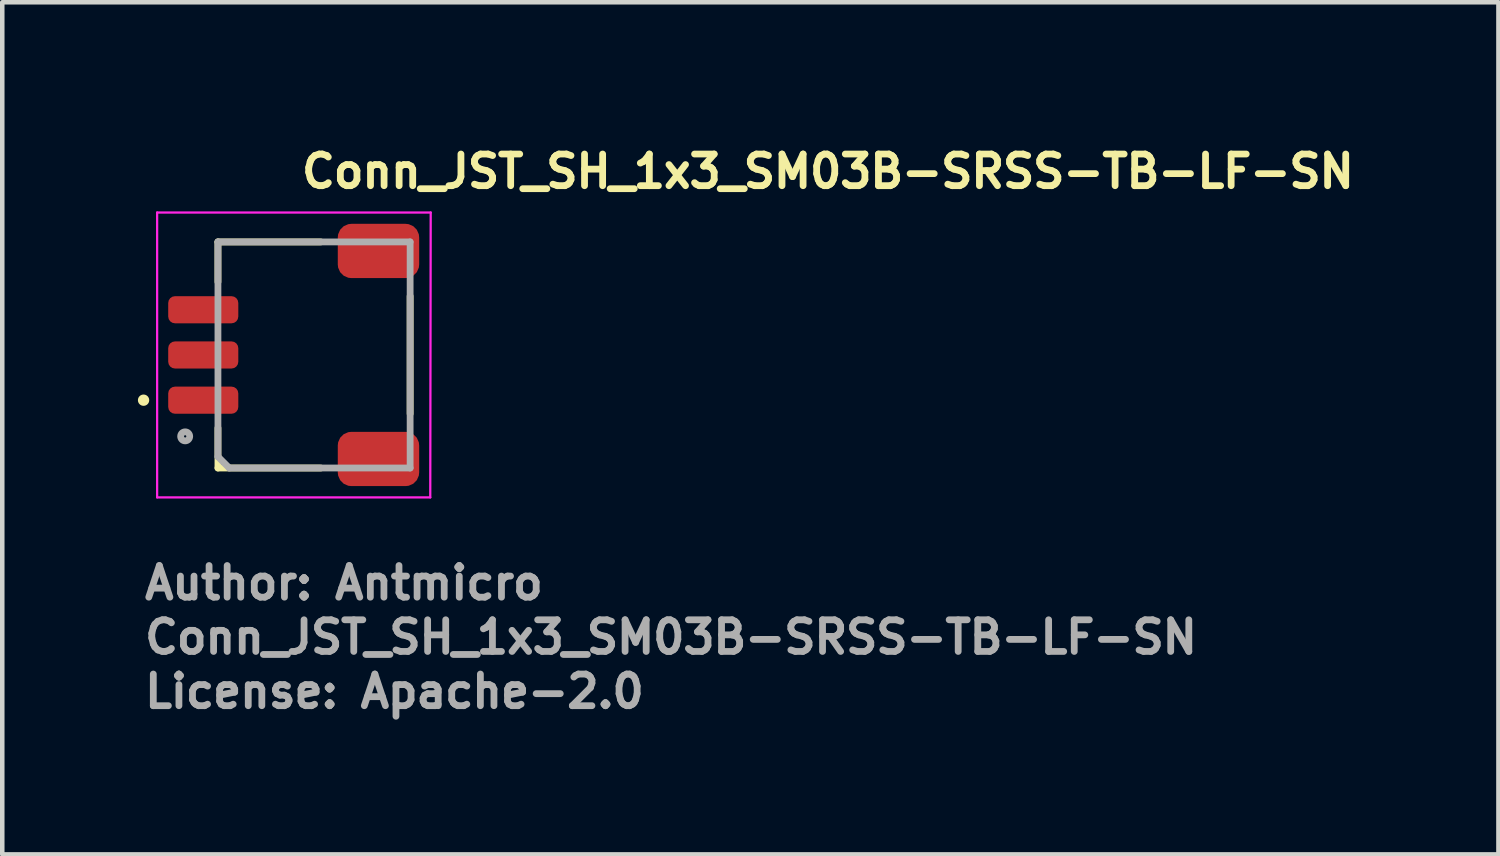
<source format=kicad_pcb>
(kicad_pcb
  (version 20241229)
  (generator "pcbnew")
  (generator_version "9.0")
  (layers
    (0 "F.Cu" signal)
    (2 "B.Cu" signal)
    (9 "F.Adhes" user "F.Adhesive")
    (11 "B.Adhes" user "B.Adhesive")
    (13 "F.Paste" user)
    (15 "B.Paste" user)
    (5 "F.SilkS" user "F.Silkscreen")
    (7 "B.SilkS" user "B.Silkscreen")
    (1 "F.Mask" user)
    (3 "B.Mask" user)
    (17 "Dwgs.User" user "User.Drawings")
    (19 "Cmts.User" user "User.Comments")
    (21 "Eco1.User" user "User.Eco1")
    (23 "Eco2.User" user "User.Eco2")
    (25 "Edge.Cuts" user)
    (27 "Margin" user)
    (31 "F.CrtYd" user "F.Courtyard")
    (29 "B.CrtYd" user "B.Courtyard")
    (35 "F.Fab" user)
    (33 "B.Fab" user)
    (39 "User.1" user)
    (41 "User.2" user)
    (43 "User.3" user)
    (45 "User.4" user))
  (footprint "Conn_JST_SH_1x3_SM03B-SRSS-TB-LF-SN"
    (layer "F.Cu")
    (at 3.545 4.82)
    (property "Reference" "Conn_JST_SH_1x3_SM03B-SRSS-TB-LF-SN" (at 0 -3.67 0) (layer "F.SilkS") (effects (font (size 0.7 0.7) (thickness 0.15)) (justify left bottom)))
    (attr smd)
    (fp_line (start -1.775 -2.52) (end -1.775 -1.635) (stroke (width 0.15) (type solid)) (layer "F.SilkS"))
    (fp_line (start -1.775 1.595) (end -1.775 2.48) (stroke (width 0.15) (type solid)) (layer "F.SilkS"))
    (fp_line (start -1.775 2.48) (end 0.5 2.48) (stroke (width 0.15) (type solid)) (layer "F.SilkS"))
    (fp_line (start 0.5 -2.52) (end -1.775 -2.52) (stroke (width 0.15) (type solid)) (layer "F.SilkS"))
    (fp_line (start 2.475 1.28) (end 2.475 -1.32) (stroke (width 0.15) (type solid)) (layer "F.SilkS"))
    (fp_circle (center -3.42 0.98) (end -3.37 0.98) (stroke (width 0.15) (type solid)) (fill yes) (layer "F.SilkS"))
    (fp_line (start -3.12 -3.17) (end 2.93 -3.17) (stroke (width 0.05) (type solid)) (layer "F.CrtYd"))
    (fp_line (start -3.12 3.13) (end -3.12 -3.17) (stroke (width 0.05) (type solid)) (layer "F.CrtYd"))
    (fp_line (start 2.92 3.13) (end -3.12 3.13) (stroke (width 0.05) (type solid)) (layer "F.CrtYd"))
    (fp_line (start 2.93 -3.17) (end 2.92 3.13) (stroke (width 0.05) (type solid)) (layer "F.CrtYd"))
    (fp_line (start -1.775 -2.52) (end 2.475 -2.52) (stroke (width 0.15) (type solid)) (layer "F.Fab"))
    (fp_line (start -1.775 2.23) (end -1.775 -2.52) (stroke (width 0.15) (type solid)) (layer "F.Fab"))
    (fp_line (start -1.525 2.48) (end -1.775 2.23) (stroke (width 0.15) (type solid)) (layer "F.Fab"))
    (fp_line (start 2.475 -2.52) (end 2.475 2.48) (stroke (width 0.15) (type solid)) (layer "F.Fab"))
    (fp_line (start 2.475 2.48) (end -1.525 2.48) (stroke (width 0.15) (type solid)) (layer "F.Fab"))
    (fp_circle (center -2.5 1.78) (end -2.5 1.68) (stroke (width 0.15) (type solid)) (fill no) (layer "F.Fab"))
    (fp_rect (start -2.475 -2.52) (end 2.475 2.52) (stroke (width 0.1) (type solid)) (fill no) (layer "User.5"))
    (fp_line (start -2.475 -1.12) (end -2.475 -0.92) (stroke (width 0.02) (type solid)) (layer "User.9"))
    (fp_line (start -2.475 -1.12) (end -2.474 -1.12) (stroke (width 0.02) (type solid)) (layer "User.9"))
    (fp_line (start -2.475 -0.92) (end -2.474 -0.92) (stroke (width 0.02) (type solid)) (layer "User.9"))
    (fp_line (start -2.475 -0.12) (end -2.475 0.08) (stroke (width 0.02) (type solid)) (layer "User.9"))
    (fp_line (start -2.475 -0.12) (end -2.474 -0.12) (stroke (width 0.02) (type solid)) (layer "User.9"))
    (fp_line (start -2.475 0.08) (end -2.474 0.08) (stroke (width 0.02) (type solid)) (layer "User.9"))
    (fp_line (start -2.475 0.88) (end -2.475 1.08) (stroke (width 0.02) (type solid)) (layer "User.9"))
    (fp_line (start -2.475 0.88) (end -2.474 0.88) (stroke (width 0.02) (type solid)) (layer "User.9"))
    (fp_line (start -2.475 1.08) (end -2.474 1.08) (stroke (width 0.02) (type solid)) (layer "User.9"))
    (fp_line (start -2.474 -1.12) (end -2.472 -1.12) (stroke (width 0.02) (type solid)) (layer "User.9"))
    (fp_line (start -2.474 -0.92) (end -2.472 -0.92) (stroke (width 0.02) (type solid)) (layer "User.9"))
    (fp_line (start -2.474 -0.12) (end -2.472 -0.12) (stroke (width 0.02) (type solid)) (layer "User.9"))
    (fp_line (start -2.474 0.08) (end -2.472 0.08) (stroke (width 0.02) (type solid)) (layer "User.9"))
    (fp_line (start -2.474 0.88) (end -2.472 0.88) (stroke (width 0.02) (type solid)) (layer "User.9"))
    (fp_line (start -2.474 1.08) (end -2.472 1.08) (stroke (width 0.02) (type solid)) (layer "User.9"))
    (fp_line (start -2.472 -1.12) (end -2.469 -1.12) (stroke (width 0.02) (type solid)) (layer "User.9"))
    (fp_line (start -2.472 -0.92) (end -2.469 -0.92) (stroke (width 0.02) (type solid)) (layer "User.9"))
    (fp_line (start -2.472 -0.12) (end -2.469 -0.12) (stroke (width 0.02) (type solid)) (layer "User.9"))
    (fp_line (start -2.472 0.08) (end -2.469 0.08) (stroke (width 0.02) (type solid)) (layer "User.9"))
    (fp_line (start -2.472 0.88) (end -2.469 0.88) (stroke (width 0.02) (type solid)) (layer "User.9"))
    (fp_line (start -2.472 1.08) (end -2.469 1.08) (stroke (width 0.02) (type solid)) (layer "User.9"))
    (fp_line (start -2.469 -1.12) (end -2.465 -1.12) (stroke (width 0.02) (type solid)) (layer "User.9"))
    (fp_line (start -2.469 -0.92) (end -2.465 -0.92) (stroke (width 0.02) (type solid)) (layer "User.9"))
    (fp_line (start -2.469 -0.12) (end -2.465 -0.12) (stroke (width 0.02) (type solid)) (layer "User.9"))
    (fp_line (start -2.469 0.08) (end -2.465 0.08) (stroke (width 0.02) (type solid)) (layer "User.9"))
    (fp_line (start -2.469 0.88) (end -2.465 0.88) (stroke (width 0.02) (type solid)) (layer "User.9"))
    (fp_line (start -2.469 1.08) (end -2.465 1.08) (stroke (width 0.02) (type solid)) (layer "User.9"))
    (fp_line (start -2.465 -1.12) (end -2.46 -1.12) (stroke (width 0.02) (type solid)) (layer "User.9"))
    (fp_line (start -2.465 -0.92) (end -2.46 -0.92) (stroke (width 0.02) (type solid)) (layer "User.9"))
    (fp_line (start -2.465 -0.12) (end -2.46 -0.12) (stroke (width 0.02) (type solid)) (layer "User.9"))
    (fp_line (start -2.465 0.08) (end -2.46 0.08) (stroke (width 0.02) (type solid)) (layer "User.9"))
    (fp_line (start -2.465 0.88) (end -2.46 0.88) (stroke (width 0.02) (type solid)) (layer "User.9"))
    (fp_line (start -2.465 1.08) (end -2.46 1.08) (stroke (width 0.02) (type solid)) (layer "User.9"))
    (fp_line (start -2.46 -1.12) (end -2.453 -1.12) (stroke (width 0.02) (type solid)) (layer "User.9"))
    (fp_line (start -2.46 -0.92) (end -2.453 -0.92) (stroke (width 0.02) (type solid)) (layer "User.9"))
    (fp_line (start -2.46 -0.12) (end -2.453 -0.12) (stroke (width 0.02) (type solid)) (layer "User.9"))
    (fp_line (start -2.46 0.08) (end -2.453 0.08) (stroke (width 0.02) (type solid)) (layer "User.9"))
    (fp_line (start -2.46 0.88) (end -2.453 0.88) (stroke (width 0.02) (type solid)) (layer "User.9"))
    (fp_line (start -2.46 1.08) (end -2.453 1.08) (stroke (width 0.02) (type solid)) (layer "User.9"))
    (fp_line (start -2.453 -1.12) (end -2.446 -1.12) (stroke (width 0.02) (type solid)) (layer "User.9"))
    (fp_line (start -2.453 -0.92) (end -2.446 -0.92) (stroke (width 0.02) (type solid)) (layer "User.9"))
    (fp_line (start -2.453 -0.12) (end -2.446 -0.12) (stroke (width 0.02) (type solid)) (layer "User.9"))
    (fp_line (start -2.453 0.08) (end -2.446 0.08) (stroke (width 0.02) (type solid)) (layer "User.9"))
    (fp_line (start -2.453 0.88) (end -2.446 0.88) (stroke (width 0.02) (type solid)) (layer "User.9"))
    (fp_line (start -2.453 1.08) (end -2.446 1.08) (stroke (width 0.02) (type solid)) (layer "User.9"))
    (fp_line (start -2.446 -1.12) (end -2.437 -1.12) (stroke (width 0.02) (type solid)) (layer "User.9"))
    (fp_line (start -2.446 -0.92) (end -2.437 -0.92) (stroke (width 0.02) (type solid)) (layer "User.9"))
    (fp_line (start -2.446 -0.12) (end -2.437 -0.12) (stroke (width 0.02) (type solid)) (layer "User.9"))
    (fp_line (start -2.446 0.08) (end -2.437 0.08) (stroke (width 0.02) (type solid)) (layer "User.9"))
    (fp_line (start -2.446 0.88) (end -2.437 0.88) (stroke (width 0.02) (type solid)) (layer "User.9"))
    (fp_line (start -2.446 1.08) (end -2.437 1.08) (stroke (width 0.02) (type solid)) (layer "User.9"))
    (fp_line (start -2.437 -1.12) (end -2.428 -1.12) (stroke (width 0.02) (type solid)) (layer "User.9"))
    (fp_line (start -2.437 -0.92) (end -2.428 -0.92) (stroke (width 0.02) (type solid)) (layer "User.9"))
    (fp_line (start -2.437 -0.12) (end -2.428 -0.12) (stroke (width 0.02) (type solid)) (layer "User.9"))
    (fp_line (start -2.437 0.08) (end -2.428 0.08) (stroke (width 0.02) (type solid)) (layer "User.9"))
    (fp_line (start -2.437 0.88) (end -2.428 0.88) (stroke (width 0.02) (type solid)) (layer "User.9"))
    (fp_line (start -2.437 1.08) (end -2.428 1.08) (stroke (width 0.02) (type solid)) (layer "User.9"))
    (fp_line (start -2.428 -1.12) (end -2.418 -1.12) (stroke (width 0.02) (type solid)) (layer "User.9"))
    (fp_line (start -2.428 -0.92) (end -2.418 -0.92) (stroke (width 0.02) (type solid)) (layer "User.9"))
    (fp_line (start -2.428 -0.12) (end -2.418 -0.12) (stroke (width 0.02) (type solid)) (layer "User.9"))
    (fp_line (start -2.428 0.08) (end -2.418 0.08) (stroke (width 0.02) (type solid)) (layer "User.9"))
    (fp_line (start -2.428 0.88) (end -2.418 0.88) (stroke (width 0.02) (type solid)) (layer "User.9"))
    (fp_line (start -2.428 1.08) (end -2.418 1.08) (stroke (width 0.02) (type solid)) (layer "User.9"))
    (fp_line (start -2.418 -1.12) (end -2.408 -1.12) (stroke (width 0.02) (type solid)) (layer "User.9"))
    (fp_line (start -2.418 -0.92) (end -2.408 -0.92) (stroke (width 0.02) (type solid)) (layer "User.9"))
    (fp_line (start -2.418 -0.12) (end -2.408 -0.12) (stroke (width 0.02) (type solid)) (layer "User.9"))
    (fp_line (start -2.418 0.08) (end -2.408 0.08) (stroke (width 0.02) (type solid)) (layer "User.9"))
    (fp_line (start -2.418 0.88) (end -2.408 0.88) (stroke (width 0.02) (type solid)) (layer "User.9"))
    (fp_line (start -2.418 1.08) (end -2.408 1.08) (stroke (width 0.02) (type solid)) (layer "User.9"))
    (fp_line (start -2.408 -1.12) (end -2.397 -1.12) (stroke (width 0.02) (type solid)) (layer "User.9"))
    (fp_line (start -2.408 -0.92) (end -2.397 -0.92) (stroke (width 0.02) (type solid)) (layer "User.9"))
    (fp_line (start -2.408 -0.12) (end -2.397 -0.12) (stroke (width 0.02) (type solid)) (layer "User.9"))
    (fp_line (start -2.408 0.08) (end -2.397 0.08) (stroke (width 0.02) (type solid)) (layer "User.9"))
    (fp_line (start -2.408 0.88) (end -2.397 0.88) (stroke (width 0.02) (type solid)) (layer "User.9"))
    (fp_line (start -2.408 1.08) (end -2.397 1.08) (stroke (width 0.02) (type solid)) (layer "User.9"))
    (fp_line (start -2.397 -1.12) (end -2.386 -1.12) (stroke (width 0.02) (type solid)) (layer "User.9"))
    (fp_line (start -2.397 -0.92) (end -2.386 -0.92) (stroke (width 0.02) (type solid)) (layer "User.9"))
    (fp_line (start -2.397 -0.12) (end -2.386 -0.12) (stroke (width 0.02) (type solid)) (layer "User.9"))
    (fp_line (start -2.397 0.08) (end -2.386 0.08) (stroke (width 0.02) (type solid)) (layer "User.9"))
    (fp_line (start -2.397 0.88) (end -2.386 0.88) (stroke (width 0.02) (type solid)) (layer "User.9"))
    (fp_line (start -2.397 1.08) (end -2.386 1.08) (stroke (width 0.02) (type solid)) (layer "User.9"))
    (fp_line (start -2.386 -1.12) (end -2.375 -1.12) (stroke (width 0.02) (type solid)) (layer "User.9"))
    (fp_line (start -2.386 -0.92) (end -2.375 -0.92) (stroke (width 0.02) (type solid)) (layer "User.9"))
    (fp_line (start -2.386 -0.12) (end -2.375 -0.12) (stroke (width 0.02) (type solid)) (layer "User.9"))
    (fp_line (start -2.386 0.08) (end -2.375 0.08) (stroke (width 0.02) (type solid)) (layer "User.9"))
    (fp_line (start -2.386 0.88) (end -2.375 0.88) (stroke (width 0.02) (type solid)) (layer "User.9"))
    (fp_line (start -2.386 1.08) (end -2.375 1.08) (stroke (width 0.02) (type solid)) (layer "User.9"))
    (fp_line (start -2.375 -1.12) (end -2.375 -0.92) (stroke (width 0.02) (type solid)) (layer "User.9"))
    (fp_line (start -2.375 -1.12) (end -1.996 -1.12) (stroke (width 0.02) (type solid)) (layer "User.9"))
    (fp_line (start -2.375 -0.92) (end -1.996 -0.92) (stroke (width 0.02) (type solid)) (layer "User.9"))
    (fp_line (start -2.375 -0.12) (end -2.375 0.08) (stroke (width 0.02) (type solid)) (layer "User.9"))
    (fp_line (start -2.375 -0.12) (end -1.996 -0.12) (stroke (width 0.02) (type solid)) (layer "User.9"))
    (fp_line (start -2.375 0.08) (end -1.996 0.08) (stroke (width 0.02) (type solid)) (layer "User.9"))
    (fp_line (start -2.375 0.88) (end -2.375 1.08) (stroke (width 0.02) (type solid)) (layer "User.9"))
    (fp_line (start -2.375 0.88) (end -1.996 0.88) (stroke (width 0.02) (type solid)) (layer "User.9"))
    (fp_line (start -2.375 1.08) (end -1.996 1.08) (stroke (width 0.02) (type solid)) (layer "User.9"))
    (fp_line (start -1.996 -1.12) (end -1.996 -0.92) (stroke (width 0.02) (type solid)) (layer "User.9"))
    (fp_line (start -1.996 -1.12) (end -1.604 -1.12) (stroke (width 0.02) (type solid)) (layer "User.9"))
    (fp_line (start -1.996 -0.92) (end -1.604 -0.92) (stroke (width 0.02) (type solid)) (layer "User.9"))
    (fp_line (start -1.996 -0.12) (end -1.996 0.08) (stroke (width 0.02) (type solid)) (layer "User.9"))
    (fp_line (start -1.996 -0.12) (end -1.604 -0.12) (stroke (width 0.02) (type solid)) (layer "User.9"))
    (fp_line (start -1.996 0.08) (end -1.604 0.08) (stroke (width 0.02) (type solid)) (layer "User.9"))
    (fp_line (start -1.996 0.88) (end -1.996 1.08) (stroke (width 0.02) (type solid)) (layer "User.9"))
    (fp_line (start -1.996 0.88) (end -1.604 0.88) (stroke (width 0.02) (type solid)) (layer "User.9"))
    (fp_line (start -1.996 1.08) (end -1.604 1.08) (stroke (width 0.02) (type solid)) (layer "User.9"))
    (fp_line (start -1.775 -2.52) (end -1.775 -2.02) (stroke (width 0.02) (type solid)) (layer "User.9"))
    (fp_line (start -1.775 -1.32) (end -1.775 -2.02) (stroke (width 0.02) (type solid)) (layer "User.9"))
    (fp_line (start -1.775 -1.32) (end -1.575 -1.12) (stroke (width 0.02) (type solid)) (layer "User.9"))
    (fp_line (start -1.775 -0.32) (end -1.775 -0.72) (stroke (width 0.02) (type solid)) (layer "User.9"))
    (fp_line (start -1.775 -0.32) (end -1.575 -0.12) (stroke (width 0.02) (type solid)) (layer "User.9"))
    (fp_line (start -1.775 0.68) (end -1.775 0.28) (stroke (width 0.02) (type solid)) (layer "User.9"))
    (fp_line (start -1.775 0.68) (end -1.575 0.88) (stroke (width 0.02) (type solid)) (layer "User.9"))
    (fp_line (start -1.775 1.68) (end -1.775 1.28) (stroke (width 0.02) (type solid)) (layer "User.9"))
    (fp_line (start -1.775 2.02) (end -1.775 1.32) (stroke (width 0.02) (type solid)) (layer "User.9"))
    (fp_line (start -1.775 2.02) (end -1.775 2.52) (stroke (width 0.02) (type solid)) (layer "User.9"))
    (fp_line (start -1.775 2.52) (end -1.225 2.52) (stroke (width 0.02) (type solid)) (layer "User.9"))
    (fp_line (start -1.604 -1.12) (end -1.604 -0.92) (stroke (width 0.02) (type solid)) (layer "User.9"))
    (fp_line (start -1.604 -1.12) (end -1.6 -1.12) (stroke (width 0.02) (type solid)) (layer "User.9"))
    (fp_line (start -1.604 -0.92) (end -1.6 -0.92) (stroke (width 0.02) (type solid)) (layer "User.9"))
    (fp_line (start -1.604 -0.12) (end -1.604 0.08) (stroke (width 0.02) (type solid)) (layer "User.9"))
    (fp_line (start -1.604 -0.12) (end -1.6 -0.12) (stroke (width 0.02) (type solid)) (layer "User.9"))
    (fp_line (start -1.604 0.08) (end -1.6 0.08) (stroke (width 0.02) (type solid)) (layer "User.9"))
    (fp_line (start -1.604 0.88) (end -1.604 1.08) (stroke (width 0.02) (type solid)) (layer "User.9"))
    (fp_line (start -1.604 0.88) (end -1.6 0.88) (stroke (width 0.02) (type solid)) (layer "User.9"))
    (fp_line (start -1.604 1.08) (end -1.6 1.08) (stroke (width 0.02) (type solid)) (layer "User.9"))
    (fp_line (start -1.6 -1.12) (end -1.597 -1.12) (stroke (width 0.02) (type solid)) (layer "User.9"))
    (fp_line (start -1.6 -0.92) (end -1.597 -0.92) (stroke (width 0.02) (type solid)) (layer "User.9"))
    (fp_line (start -1.6 -0.12) (end -1.597 -0.12) (stroke (width 0.02) (type solid)) (layer "User.9"))
    (fp_line (start -1.6 0.08) (end -1.597 0.08) (stroke (width 0.02) (type solid)) (layer "User.9"))
    (fp_line (start -1.6 0.88) (end -1.597 0.88) (stroke (width 0.02) (type solid)) (layer "User.9"))
    (fp_line (start -1.6 1.08) (end -1.597 1.08) (stroke (width 0.02) (type solid)) (layer "User.9"))
    (fp_line (start -1.597 -1.12) (end -1.593 -1.12) (stroke (width 0.02) (type solid)) (layer "User.9"))
    (fp_line (start -1.597 -0.92) (end -1.593 -0.92) (stroke (width 0.02) (type solid)) (layer "User.9"))
    (fp_line (start -1.597 -0.12) (end -1.593 -0.12) (stroke (width 0.02) (type solid)) (layer "User.9"))
    (fp_line (start -1.597 0.08) (end -1.593 0.08) (stroke (width 0.02) (type solid)) (layer "User.9"))
    (fp_line (start -1.597 0.88) (end -1.593 0.88) (stroke (width 0.02) (type solid)) (layer "User.9"))
    (fp_line (start -1.597 1.08) (end -1.593 1.08) (stroke (width 0.02) (type solid)) (layer "User.9"))
    (fp_line (start -1.593 -1.12) (end -1.59 -1.12) (stroke (width 0.02) (type solid)) (layer "User.9"))
    (fp_line (start -1.593 -0.92) (end -1.59 -0.92) (stroke (width 0.02) (type solid)) (layer "User.9"))
    (fp_line (start -1.593 -0.12) (end -1.59 -0.12) (stroke (width 0.02) (type solid)) (layer "User.9"))
    (fp_line (start -1.593 0.08) (end -1.59 0.08) (stroke (width 0.02) (type solid)) (layer "User.9"))
    (fp_line (start -1.593 0.88) (end -1.59 0.88) (stroke (width 0.02) (type solid)) (layer "User.9"))
    (fp_line (start -1.593 1.08) (end -1.59 1.08) (stroke (width 0.02) (type solid)) (layer "User.9"))
    (fp_line (start -1.59 -1.12) (end -1.587 -1.12) (stroke (width 0.02) (type solid)) (layer "User.9"))
    (fp_line (start -1.59 -0.92) (end -1.587 -0.92) (stroke (width 0.02) (type solid)) (layer "User.9"))
    (fp_line (start -1.59 -0.12) (end -1.587 -0.12) (stroke (width 0.02) (type solid)) (layer "User.9"))
    (fp_line (start -1.59 0.08) (end -1.587 0.08) (stroke (width 0.02) (type solid)) (layer "User.9"))
    (fp_line (start -1.59 0.88) (end -1.587 0.88) (stroke (width 0.02) (type solid)) (layer "User.9"))
    (fp_line (start -1.59 1.08) (end -1.587 1.08) (stroke (width 0.02) (type solid)) (layer "User.9"))
    (fp_line (start -1.587 -1.12) (end -1.585 -1.12) (stroke (width 0.02) (type solid)) (layer "User.9"))
    (fp_line (start -1.587 -0.92) (end -1.585 -0.92) (stroke (width 0.02) (type solid)) (layer "User.9"))
    (fp_line (start -1.587 -0.12) (end -1.585 -0.12) (stroke (width 0.02) (type solid)) (layer "User.9"))
    (fp_line (start -1.587 0.08) (end -1.585 0.08) (stroke (width 0.02) (type solid)) (layer "User.9"))
    (fp_line (start -1.587 0.88) (end -1.585 0.88) (stroke (width 0.02) (type solid)) (layer "User.9"))
    (fp_line (start -1.587 1.08) (end -1.585 1.08) (stroke (width 0.02) (type solid)) (layer "User.9"))
    (fp_line (start -1.585 -1.12) (end -1.583 -1.12) (stroke (width 0.02) (type solid)) (layer "User.9"))
    (fp_line (start -1.585 -0.92) (end -1.583 -0.92) (stroke (width 0.02) (type solid)) (layer "User.9"))
    (fp_line (start -1.585 -0.12) (end -1.583 -0.12) (stroke (width 0.02) (type solid)) (layer "User.9"))
    (fp_line (start -1.585 0.08) (end -1.583 0.08) (stroke (width 0.02) (type solid)) (layer "User.9"))
    (fp_line (start -1.585 0.88) (end -1.583 0.88) (stroke (width 0.02) (type solid)) (layer "User.9"))
    (fp_line (start -1.585 1.08) (end -1.583 1.08) (stroke (width 0.02) (type solid)) (layer "User.9"))
    (fp_line (start -1.583 -1.12) (end -1.581 -1.12) (stroke (width 0.02) (type solid)) (layer "User.9"))
    (fp_line (start -1.583 -0.92) (end -1.581 -0.92) (stroke (width 0.02) (type solid)) (layer "User.9"))
    (fp_line (start -1.583 -0.12) (end -1.581 -0.12) (stroke (width 0.02) (type solid)) (layer "User.9"))
    (fp_line (start -1.583 0.08) (end -1.581 0.08) (stroke (width 0.02) (type solid)) (layer "User.9"))
    (fp_line (start -1.583 0.88) (end -1.581 0.88) (stroke (width 0.02) (type solid)) (layer "User.9"))
    (fp_line (start -1.583 1.08) (end -1.581 1.08) (stroke (width 0.02) (type solid)) (layer "User.9"))
    (fp_line (start -1.581 -1.12) (end -1.579 -1.12) (stroke (width 0.02) (type solid)) (layer "User.9"))
    (fp_line (start -1.581 -0.92) (end -1.579 -0.92) (stroke (width 0.02) (type solid)) (layer "User.9"))
    (fp_line (start -1.581 -0.12) (end -1.579 -0.12) (stroke (width 0.02) (type solid)) (layer "User.9"))
    (fp_line (start -1.581 0.08) (end -1.579 0.08) (stroke (width 0.02) (type solid)) (layer "User.9"))
    (fp_line (start -1.581 0.88) (end -1.579 0.88) (stroke (width 0.02) (type solid)) (layer "User.9"))
    (fp_line (start -1.581 1.08) (end -1.579 1.08) (stroke (width 0.02) (type solid)) (layer "User.9"))
    (fp_line (start -1.579 -1.12) (end -1.578 -1.12) (stroke (width 0.02) (type solid)) (layer "User.9"))
    (fp_line (start -1.579 -0.92) (end -1.578 -0.92) (stroke (width 0.02) (type solid)) (layer "User.9"))
    (fp_line (start -1.579 -0.12) (end -1.578 -0.12) (stroke (width 0.02) (type solid)) (layer "User.9"))
    (fp_line (start -1.579 0.08) (end -1.578 0.08) (stroke (width 0.02) (type solid)) (layer "User.9"))
    (fp_line (start -1.579 0.88) (end -1.578 0.88) (stroke (width 0.02) (type solid)) (layer "User.9"))
    (fp_line (start -1.579 1.08) (end -1.578 1.08) (stroke (width 0.02) (type solid)) (layer "User.9"))
    (fp_line (start -1.578 -1.12) (end -1.576 -1.12) (stroke (width 0.02) (type solid)) (layer "User.9"))
    (fp_line (start -1.578 -0.92) (end -1.576 -0.92) (stroke (width 0.02) (type solid)) (layer "User.9"))
    (fp_line (start -1.578 -0.12) (end -1.576 -0.12) (stroke (width 0.02) (type solid)) (layer "User.9"))
    (fp_line (start -1.578 0.08) (end -1.576 0.08) (stroke (width 0.02) (type solid)) (layer "User.9"))
    (fp_line (start -1.578 0.88) (end -1.576 0.88) (stroke (width 0.02) (type solid)) (layer "User.9"))
    (fp_line (start -1.578 1.08) (end -1.576 1.08) (stroke (width 0.02) (type solid)) (layer "User.9"))
    (fp_line (start -1.576 -1.12) (end -1.576 -1.12) (stroke (width 0.02) (type solid)) (layer "User.9"))
    (fp_line (start -1.576 -1.12) (end -1.575 -1.12) (stroke (width 0.02) (type solid)) (layer "User.9"))
    (fp_line (start -1.576 -0.92) (end -1.576 -0.92) (stroke (width 0.02) (type solid)) (layer "User.9"))
    (fp_line (start -1.576 -0.92) (end -1.575 -0.92) (stroke (width 0.02) (type solid)) (layer "User.9"))
    (fp_line (start -1.576 -0.12) (end -1.576 -0.12) (stroke (width 0.02) (type solid)) (layer "User.9"))
    (fp_line (start -1.576 -0.12) (end -1.575 -0.12) (stroke (width 0.02) (type solid)) (layer "User.9"))
    (fp_line (start -1.576 0.08) (end -1.576 0.08) (stroke (width 0.02) (type solid)) (layer "User.9"))
    (fp_line (start -1.576 0.08) (end -1.575 0.08) (stroke (width 0.02) (type solid)) (layer "User.9"))
    (fp_line (start -1.576 0.88) (end -1.576 0.88) (stroke (width 0.02) (type solid)) (layer "User.9"))
    (fp_line (start -1.576 0.88) (end -1.575 0.88) (stroke (width 0.02) (type solid)) (layer "User.9"))
    (fp_line (start -1.576 1.08) (end -1.576 1.08) (stroke (width 0.02) (type solid)) (layer "User.9"))
    (fp_line (start -1.576 1.08) (end -1.575 1.08) (stroke (width 0.02) (type solid)) (layer "User.9"))
    (fp_line (start -1.575 -1.12) (end -1.575 -1.12) (stroke (width 0.02) (type solid)) (layer "User.9"))
    (fp_line (start -1.575 -1.12) (end -1.575 -0.92) (stroke (width 0.02) (type solid)) (layer "User.9"))
    (fp_line (start -1.575 -1.12) (end -1.225 -1.12) (stroke (width 0.02) (type solid)) (layer "User.9"))
    (fp_line (start -1.575 -0.92) (end -1.775 -0.72) (stroke (width 0.02) (type solid)) (layer "User.9"))
    (fp_line (start -1.575 -0.92) (end -1.575 -0.92) (stroke (width 0.02) (type solid)) (layer "User.9"))
    (fp_line (start -1.575 -0.92) (end -1.225 -0.92) (stroke (width 0.02) (type solid)) (layer "User.9"))
    (fp_line (start -1.575 -0.12) (end -1.575 -0.12) (stroke (width 0.02) (type solid)) (layer "User.9"))
    (fp_line (start -1.575 -0.12) (end -1.575 0.08) (stroke (width 0.02) (type solid)) (layer "User.9"))
    (fp_line (start -1.575 -0.12) (end -1.225 -0.12) (stroke (width 0.02) (type solid)) (layer "User.9"))
    (fp_line (start -1.575 0.08) (end -1.775 0.28) (stroke (width 0.02) (type solid)) (layer "User.9"))
    (fp_line (start -1.575 0.08) (end -1.575 0.08) (stroke (width 0.02) (type solid)) (layer "User.9"))
    (fp_line (start -1.575 0.08) (end -1.225 0.08) (stroke (width 0.02) (type solid)) (layer "User.9"))
    (fp_line (start -1.575 0.88) (end -1.575 0.88) (stroke (width 0.02) (type solid)) (layer "User.9"))
    (fp_line (start -1.575 0.88) (end -1.575 1.08) (stroke (width 0.02) (type solid)) (layer "User.9"))
    (fp_line (start -1.575 0.88) (end -1.225 0.88) (stroke (width 0.02) (type solid)) (layer "User.9"))
    (fp_line (start -1.575 1.08) (end -1.775 1.28) (stroke (width 0.02) (type solid)) (layer "User.9"))
    (fp_line (start -1.575 1.08) (end -1.575 1.08) (stroke (width 0.02) (type solid)) (layer "User.9"))
    (fp_line (start -1.575 1.08) (end -1.225 1.08) (stroke (width 0.02) (type solid)) (layer "User.9"))
    (fp_line (start -1.475 -1.12) (end -1.475 -0.92) (stroke (width 0.02) (type solid)) (layer "User.9"))
    (fp_line (start -1.475 -1.12) (end -1.325 -1.12) (stroke (width 0.02) (type solid)) (layer "User.9"))
    (fp_line (start -1.475 -0.92) (end -1.325 -0.92) (stroke (width 0.02) (type solid)) (layer "User.9"))
    (fp_line (start -1.475 -0.12) (end -1.475 0.08) (stroke (width 0.02) (type solid)) (layer "User.9"))
    (fp_line (start -1.475 -0.12) (end -1.325 -0.12) (stroke (width 0.02) (type solid)) (layer "User.9"))
    (fp_line (start -1.475 0.08) (end -1.325 0.08) (stroke (width 0.02) (type solid)) (layer "User.9"))
    (fp_line (start -1.475 0.88) (end -1.475 1.08) (stroke (width 0.02) (type solid)) (layer "User.9"))
    (fp_line (start -1.475 0.88) (end -1.325 0.88) (stroke (width 0.02) (type solid)) (layer "User.9"))
    (fp_line (start -1.475 1.08) (end -1.325 1.08) (stroke (width 0.02) (type solid)) (layer "User.9"))
    (fp_line (start -1.325 -1.12) (end -1.325 -0.92) (stroke (width 0.02) (type solid)) (layer "User.9"))
    (fp_line (start -1.325 -0.12) (end -1.325 0.08) (stroke (width 0.02) (type solid)) (layer "User.9"))
    (fp_line (start -1.325 0.88) (end -1.325 1.08) (stroke (width 0.02) (type solid)) (layer "User.9"))
    (fp_line (start -1.225 -2.52) (end -1.775 -2.52) (stroke (width 0.02) (type solid)) (layer "User.9"))
    (fp_line (start -1.225 -2.02) (end -1.775 -2.02) (stroke (width 0.02) (type solid)) (layer "User.9"))
    (fp_line (start -1.225 -2.02) (end -1.225 -2.52) (stroke (width 0.02) (type solid)) (layer "User.9"))
    (fp_line (start -1.225 2.02) (end -1.775 2.02) (stroke (width 0.02) (type solid)) (layer "User.9"))
    (fp_line (start -1.225 2.02) (end -1.225 2.52) (stroke (width 0.02) (type solid)) (layer "User.9"))
    (fp_line (start -1.225 2.02) (end -0.286 2.02) (stroke (width 0.02) (type solid)) (layer "User.9"))
    (fp_line (start -1.225 2.52) (end -1.225 -2.02) (stroke (width 0.02) (type solid)) (layer "User.9"))
    (fp_line (start -1.225 2.52) (end -0.575 2.52) (stroke (width 0.02) (type solid)) (layer "User.9"))
    (fp_line (start -0.575 -2.52) (end -1.225 -2.52) (stroke (width 0.02) (type solid)) (layer "User.9"))
    (fp_line (start -0.575 -2.52) (end -0.373 -2.52) (stroke (width 0.02) (type solid)) (layer "User.9"))
    (fp_line (start -0.575 -2.02) (end -0.575 -2.52) (stroke (width 0.02) (type solid)) (layer "User.9"))
    (fp_line (start -0.575 2.02) (end -0.575 2.52) (stroke (width 0.02) (type solid)) (layer "User.9"))
    (fp_line (start -0.575 2.52) (end -0.373 2.52) (stroke (width 0.02) (type solid)) (layer "User.9"))
    (fp_line (start -0.373 -2.52) (end 2.475 -2.52) (stroke (width 0.02) (type solid)) (layer "User.9"))
    (fp_line (start -0.373 -2.28) (end -0.373 -2.52) (stroke (width 0.02) (type solid)) (layer "User.9"))
    (fp_line (start -0.373 2.28) (end -0.373 2.52) (stroke (width 0.02) (type solid)) (layer "User.9"))
    (fp_line (start -0.373 2.52) (end 2.475 2.52) (stroke (width 0.02) (type solid)) (layer "User.9"))
    (fp_line (start -0.286 -2.28) (end -0.373 -2.28) (stroke (width 0.02) (type solid)) (layer "User.9"))
    (fp_line (start -0.286 -2.28) (end -0.286 -2.02) (stroke (width 0.02) (type solid)) (layer "User.9"))
    (fp_line (start -0.286 -2.28) (end 2.475 -2.28) (stroke (width 0.02) (type solid)) (layer "User.9"))
    (fp_line (start -0.286 -2.02) (end -1.225 -2.02) (stroke (width 0.02) (type solid)) (layer "User.9"))
    (fp_line (start -0.286 2.02) (end -0.286 2.28) (stroke (width 0.02) (type solid)) (layer "User.9"))
    (fp_line (start -0.286 2.28) (end -0.373 2.28) (stroke (width 0.02) (type solid)) (layer "User.9"))
    (fp_line (start 2.475 -2.28) (end 2.475 -2.52) (stroke (width 0.02) (type solid)) (layer "User.9"))
    (fp_line (start 2.475 2.28) (end -0.286 2.28) (stroke (width 0.02) (type solid)) (layer "User.9"))
    (fp_line (start 2.475 2.52) (end 2.475 -2.28) (stroke (width 0.02) (type solid)) (layer "User.9"))
    (fp_line (start 2.475 2.52) (end 2.475 2.28) (stroke (width 0.02) (type solid)) (layer "User.9"))
    (fp_text user "Author: Antmicro" (at -3.47 5.43 0) (layer "F.Fab") (effects (font (size 0.7 0.7) (thickness 0.15)) (justify left bottom)))
    (fp_text user "${REFERENCE}" (at -3.47 6.63 0) (layer "F.Fab") (effects (font (size 0.7 0.7) (thickness 0.15)) (justify left bottom)))
    (fp_text user "License: Apache-2.0" (at -3.47 7.83 0) (layer "F.Fab") (effects (font (size 0.7 0.7) (thickness 0.15)) (justify left bottom)))
    (pad "1" smd roundrect (at -2.1 0.98 90) (size 0.6 1.55) (layers "F.Cu" "F.Mask" "F.Paste") (roundrect_rratio 0.25))
    (pad "2" smd roundrect (at -2.1 -0.02 90) (size 0.6 1.55) (layers "F.Cu" "F.Mask" "F.Paste") (roundrect_rratio 0.25))
    (pad "3" smd roundrect (at -2.1 -1.02 90) (size 0.6 1.55) (layers "F.Cu" "F.Mask" "F.Paste") (roundrect_rratio 0.25))
    (pad "MP" smd roundrect (at 1.775 -2.32 90) (size 1.2 1.8) (layers "F.Cu" "F.Mask" "F.Paste") (roundrect_rratio 0.25))
    (pad "MP" smd roundrect (at 1.775 2.28 90) (size 1.2 1.8) (layers "F.Cu" "F.Mask" "F.Paste") (roundrect_rratio 0.25)))
  (gr_rect
    (start -3 -3)
    (end 30.088 15.845)
    (stroke (width 0.1) (type default))
    (fill no)
    (layer "Edge.Cuts")))
</source>
